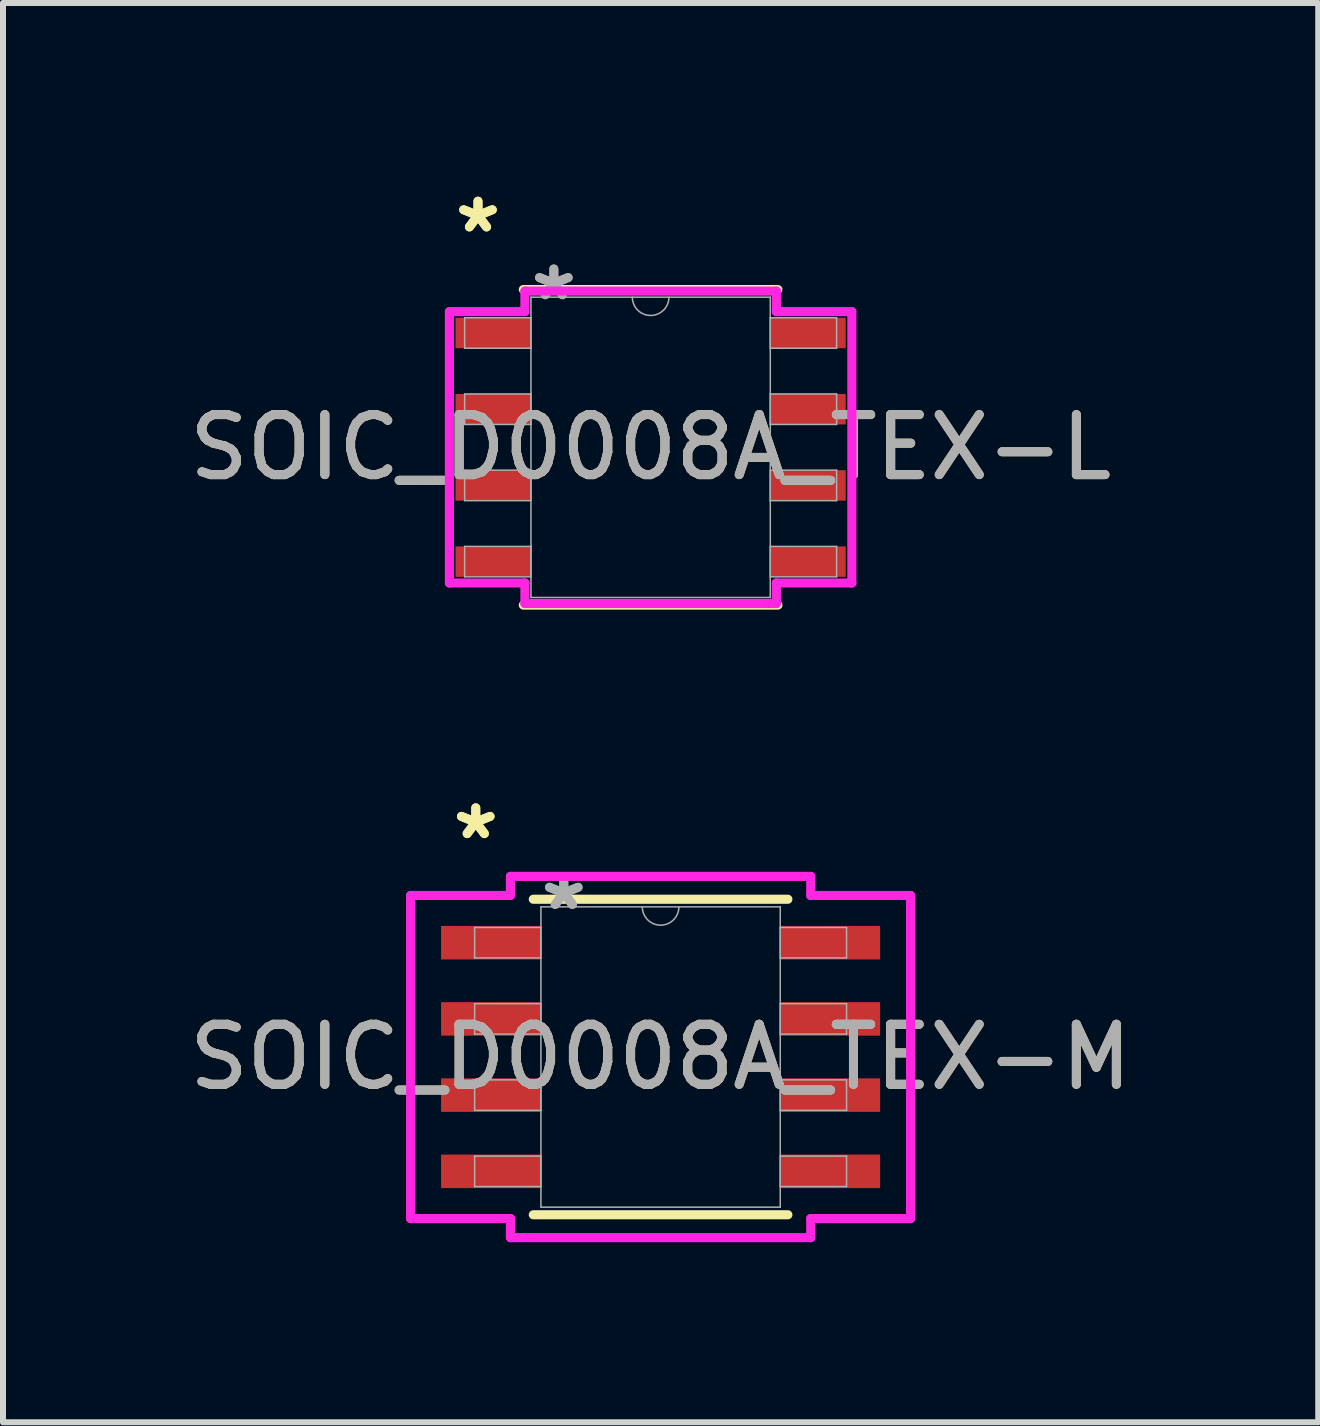
<source format=kicad_pcb>
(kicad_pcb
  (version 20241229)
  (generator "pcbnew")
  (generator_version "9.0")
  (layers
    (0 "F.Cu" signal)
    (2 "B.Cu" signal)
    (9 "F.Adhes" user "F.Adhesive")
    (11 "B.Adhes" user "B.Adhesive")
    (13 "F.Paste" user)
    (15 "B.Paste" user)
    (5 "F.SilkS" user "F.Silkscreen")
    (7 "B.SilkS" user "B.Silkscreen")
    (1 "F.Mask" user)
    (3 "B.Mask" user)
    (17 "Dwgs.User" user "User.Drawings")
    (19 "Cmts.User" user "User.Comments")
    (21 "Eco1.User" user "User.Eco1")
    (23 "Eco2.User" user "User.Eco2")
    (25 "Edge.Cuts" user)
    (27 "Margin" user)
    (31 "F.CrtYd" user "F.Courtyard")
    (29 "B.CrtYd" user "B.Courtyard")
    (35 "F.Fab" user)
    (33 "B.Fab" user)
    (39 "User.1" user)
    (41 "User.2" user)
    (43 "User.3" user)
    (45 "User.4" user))
  (footprint "SOIC_D0008A_TEX-M"
    (layer "F.Cu")
    (at 7.958 14.564)
    (property "Reference" "SOIC_D0008A_TEX-M" (at 0 0 0) (unlocked yes) (layer "F.SilkS") (effects (font (size 1 1) (thickness 0.15))))
    (attr smd)
    (fp_line (start -2.121 2.629) (end 2.121 2.629) (stroke (width 0.152) (type solid)) (layer "F.SilkS"))
    (fp_line (start 2.121 -2.629) (end -2.121 -2.629) (stroke (width 0.152) (type solid)) (layer "F.SilkS"))
    (fp_line (start -4.166 -2.692) (end -2.502 -2.692) (stroke (width 0.152) (type solid)) (layer "F.CrtYd"))
    (fp_line (start -4.166 2.692) (end -4.166 -2.692) (stroke (width 0.152) (type solid)) (layer "F.CrtYd"))
    (fp_line (start -4.166 2.692) (end -2.502 2.692) (stroke (width 0.152) (type solid)) (layer "F.CrtYd"))
    (fp_line (start -2.502 -3.01) (end 2.502 -3.01) (stroke (width 0.152) (type solid)) (layer "F.CrtYd"))
    (fp_line (start -2.502 -2.692) (end -2.502 -3.01) (stroke (width 0.152) (type solid)) (layer "F.CrtYd"))
    (fp_line (start -2.502 3.01) (end -2.502 2.692) (stroke (width 0.152) (type solid)) (layer "F.CrtYd"))
    (fp_line (start 2.502 -3.01) (end 2.502 -2.692) (stroke (width 0.152) (type solid)) (layer "F.CrtYd"))
    (fp_line (start 2.502 2.692) (end 2.502 3.01) (stroke (width 0.152) (type solid)) (layer "F.CrtYd"))
    (fp_line (start 2.502 3.01) (end -2.502 3.01) (stroke (width 0.152) (type solid)) (layer "F.CrtYd"))
    (fp_line (start 4.166 -2.692) (end 2.502 -2.692) (stroke (width 0.152) (type solid)) (layer "F.CrtYd"))
    (fp_line (start 4.166 -2.692) (end 4.166 2.692) (stroke (width 0.152) (type solid)) (layer "F.CrtYd"))
    (fp_line (start 4.166 2.692) (end 2.502 2.692) (stroke (width 0.152) (type solid)) (layer "F.CrtYd"))
    (fp_line (start -3.099 -2.159) (end -3.099 -1.651) (stroke (width 0.025) (type solid)) (layer "F.Fab"))
    (fp_line (start -3.099 -1.651) (end -1.994 -1.651) (stroke (width 0.025) (type solid)) (layer "F.Fab"))
    (fp_line (start -3.099 -0.889) (end -3.099 -0.381) (stroke (width 0.025) (type solid)) (layer "F.Fab"))
    (fp_line (start -3.099 -0.381) (end -1.994 -0.381) (stroke (width 0.025) (type solid)) (layer "F.Fab"))
    (fp_line (start -3.099 0.381) (end -3.099 0.889) (stroke (width 0.025) (type solid)) (layer "F.Fab"))
    (fp_line (start -3.099 0.889) (end -1.994 0.889) (stroke (width 0.025) (type solid)) (layer "F.Fab"))
    (fp_line (start -3.099 1.651) (end -3.099 2.159) (stroke (width 0.025) (type solid)) (layer "F.Fab"))
    (fp_line (start -3.099 2.159) (end -1.994 2.159) (stroke (width 0.025) (type solid)) (layer "F.Fab"))
    (fp_line (start -1.994 -2.502) (end -1.994 2.502) (stroke (width 0.025) (type solid)) (layer "F.Fab"))
    (fp_line (start -1.994 -2.159) (end -3.099 -2.159) (stroke (width 0.025) (type solid)) (layer "F.Fab"))
    (fp_line (start -1.994 -1.651) (end -1.994 -2.159) (stroke (width 0.025) (type solid)) (layer "F.Fab"))
    (fp_line (start -1.994 -0.889) (end -3.099 -0.889) (stroke (width 0.025) (type solid)) (layer "F.Fab"))
    (fp_line (start -1.994 -0.381) (end -1.994 -0.889) (stroke (width 0.025) (type solid)) (layer "F.Fab"))
    (fp_line (start -1.994 0.381) (end -3.099 0.381) (stroke (width 0.025) (type solid)) (layer "F.Fab"))
    (fp_line (start -1.994 0.889) (end -1.994 0.381) (stroke (width 0.025) (type solid)) (layer "F.Fab"))
    (fp_line (start -1.994 1.651) (end -3.099 1.651) (stroke (width 0.025) (type solid)) (layer "F.Fab"))
    (fp_line (start -1.994 2.159) (end -1.994 1.651) (stroke (width 0.025) (type solid)) (layer "F.Fab"))
    (fp_line (start -1.994 2.502) (end 1.994 2.502) (stroke (width 0.025) (type solid)) (layer "F.Fab"))
    (fp_line (start 1.994 -2.502) (end -1.994 -2.502) (stroke (width 0.025) (type solid)) (layer "F.Fab"))
    (fp_line (start 1.994 -2.159) (end 1.994 -1.651) (stroke (width 0.025) (type solid)) (layer "F.Fab"))
    (fp_line (start 1.994 -1.651) (end 3.099 -1.651) (stroke (width 0.025) (type solid)) (layer "F.Fab"))
    (fp_line (start 1.994 -0.889) (end 1.994 -0.381) (stroke (width 0.025) (type solid)) (layer "F.Fab"))
    (fp_line (start 1.994 -0.381) (end 3.099 -0.381) (stroke (width 0.025) (type solid)) (layer "F.Fab"))
    (fp_line (start 1.994 0.381) (end 1.994 0.889) (stroke (width 0.025) (type solid)) (layer "F.Fab"))
    (fp_line (start 1.994 0.889) (end 3.099 0.889) (stroke (width 0.025) (type solid)) (layer "F.Fab"))
    (fp_line (start 1.994 1.651) (end 1.994 2.159) (stroke (width 0.025) (type solid)) (layer "F.Fab"))
    (fp_line (start 1.994 2.159) (end 3.099 2.159) (stroke (width 0.025) (type solid)) (layer "F.Fab"))
    (fp_line (start 1.994 2.502) (end 1.994 -2.502) (stroke (width 0.025) (type solid)) (layer "F.Fab"))
    (fp_line (start 3.099 -2.159) (end 1.994 -2.159) (stroke (width 0.025) (type solid)) (layer "F.Fab"))
    (fp_line (start 3.099 -1.651) (end 3.099 -2.159) (stroke (width 0.025) (type solid)) (layer "F.Fab"))
    (fp_line (start 3.099 -0.889) (end 1.994 -0.889) (stroke (width 0.025) (type solid)) (layer "F.Fab"))
    (fp_line (start 3.099 -0.381) (end 3.099 -0.889) (stroke (width 0.025) (type solid)) (layer "F.Fab"))
    (fp_line (start 3.099 0.381) (end 1.994 0.381) (stroke (width 0.025) (type solid)) (layer "F.Fab"))
    (fp_line (start 3.099 0.889) (end 3.099 0.381) (stroke (width 0.025) (type solid)) (layer "F.Fab"))
    (fp_line (start 3.099 1.651) (end 1.994 1.651) (stroke (width 0.025) (type solid)) (layer "F.Fab"))
    (fp_line (start 3.099 2.159) (end 3.099 1.651) (stroke (width 0.025) (type solid)) (layer "F.Fab"))
    (fp_arc (start 0.3048 -2.5019) (mid 0 -2.1971) (end -0.3048 -2.5019) (stroke (width 0.0254) (type solid)) (layer "F.Fab"))
    (fp_text user "*" (at -3.08 -3.607 0) (unlocked yes) (layer "F.SilkS") (effects (font (size 1 1) (thickness 0.15))))
    (fp_text user "*" (at -3.08 -3.607 0) (layer "F.SilkS") (effects (font (size 1 1) (thickness 0.15))))
    (fp_text user "*" (at -1.613 -2.426 0) (layer "F.Fab") (effects (font (size 1 1) (thickness 0.15))))
    (fp_text user "*" (at -1.613 -2.426 0) (unlocked yes) (layer "F.Fab") (effects (font (size 1 1) (thickness 0.15))))
    (fp_text user "${REFERENCE}" (at 0 0 0) (unlocked yes) (layer "F.Fab") (effects (font (size 1 1) (thickness 0.15))))
    (pad "1" smd rect (at -2.826 -1.905) (size 1.664 0.559) (layers "F.Cu" "F.Mask" "F.Paste"))
    (pad "2" smd rect (at -2.826 -0.635) (size 1.664 0.559) (layers "F.Cu" "F.Mask" "F.Paste"))
    (pad "3" smd rect (at -2.826 0.635) (size 1.664 0.559) (layers "F.Cu" "F.Mask" "F.Paste"))
    (pad "4" smd rect (at -2.826 1.905) (size 1.664 0.559) (layers "F.Cu" "F.Mask" "F.Paste"))
    (pad "5" smd rect (at 2.826 1.905) (size 1.664 0.559) (layers "F.Cu" "F.Mask" "F.Paste"))
    (pad "6" smd rect (at 2.826 0.635) (size 1.664 0.559) (layers "F.Cu" "F.Mask" "F.Paste"))
    (pad "7" smd rect (at 2.826 -0.635) (size 1.664 0.559) (layers "F.Cu" "F.Mask" "F.Paste"))
    (pad "8" smd rect (at 2.826 -1.905) (size 1.664 0.559) (layers "F.Cu" "F.Mask" "F.Paste")))
  (footprint "SOIC_D0008A_TEX-L"
    (layer "F.Cu")
    (at 7.792 4.404)
    (property "Reference" "SOIC_D0008A_TEX-L" (at 0 0 0) (unlocked yes) (layer "F.SilkS") (effects (font (size 1 1) (thickness 0.15))))
    (attr smd)
    (fp_line (start -2.121 2.629) (end 2.121 2.629) (stroke (width 0.152) (type solid)) (layer "F.SilkS"))
    (fp_line (start 2.121 -2.629) (end -2.121 -2.629) (stroke (width 0.152) (type solid)) (layer "F.SilkS"))
    (fp_line (start -3.353 -2.261) (end -2.095 -2.261) (stroke (width 0.152) (type solid)) (layer "F.CrtYd"))
    (fp_line (start -3.353 2.261) (end -3.353 -2.261) (stroke (width 0.152) (type solid)) (layer "F.CrtYd"))
    (fp_line (start -3.353 2.261) (end -2.095 2.261) (stroke (width 0.152) (type solid)) (layer "F.CrtYd"))
    (fp_line (start -2.095 -2.603) (end 2.095 -2.603) (stroke (width 0.152) (type solid)) (layer "F.CrtYd"))
    (fp_line (start -2.095 -2.261) (end -2.095 -2.603) (stroke (width 0.152) (type solid)) (layer "F.CrtYd"))
    (fp_line (start -2.095 2.603) (end -2.095 2.261) (stroke (width 0.152) (type solid)) (layer "F.CrtYd"))
    (fp_line (start 2.095 -2.603) (end 2.095 -2.261) (stroke (width 0.152) (type solid)) (layer "F.CrtYd"))
    (fp_line (start 2.095 2.261) (end 2.095 2.603) (stroke (width 0.152) (type solid)) (layer "F.CrtYd"))
    (fp_line (start 2.095 2.603) (end -2.095 2.603) (stroke (width 0.152) (type solid)) (layer "F.CrtYd"))
    (fp_line (start 3.353 -2.261) (end 2.095 -2.261) (stroke (width 0.152) (type solid)) (layer "F.CrtYd"))
    (fp_line (start 3.353 -2.261) (end 3.353 2.261) (stroke (width 0.152) (type solid)) (layer "F.CrtYd"))
    (fp_line (start 3.353 2.261) (end 2.095 2.261) (stroke (width 0.152) (type solid)) (layer "F.CrtYd"))
    (fp_line (start -3.099 -2.159) (end -3.099 -1.651) (stroke (width 0.025) (type solid)) (layer "F.Fab"))
    (fp_line (start -3.099 -1.651) (end -1.994 -1.651) (stroke (width 0.025) (type solid)) (layer "F.Fab"))
    (fp_line (start -3.099 -0.889) (end -3.099 -0.381) (stroke (width 0.025) (type solid)) (layer "F.Fab"))
    (fp_line (start -3.099 -0.381) (end -1.994 -0.381) (stroke (width 0.025) (type solid)) (layer "F.Fab"))
    (fp_line (start -3.099 0.381) (end -3.099 0.889) (stroke (width 0.025) (type solid)) (layer "F.Fab"))
    (fp_line (start -3.099 0.889) (end -1.994 0.889) (stroke (width 0.025) (type solid)) (layer "F.Fab"))
    (fp_line (start -3.099 1.651) (end -3.099 2.159) (stroke (width 0.025) (type solid)) (layer "F.Fab"))
    (fp_line (start -3.099 2.159) (end -1.994 2.159) (stroke (width 0.025) (type solid)) (layer "F.Fab"))
    (fp_line (start -1.994 -2.502) (end -1.994 2.502) (stroke (width 0.025) (type solid)) (layer "F.Fab"))
    (fp_line (start -1.994 -2.159) (end -3.099 -2.159) (stroke (width 0.025) (type solid)) (layer "F.Fab"))
    (fp_line (start -1.994 -1.651) (end -1.994 -2.159) (stroke (width 0.025) (type solid)) (layer "F.Fab"))
    (fp_line (start -1.994 -0.889) (end -3.099 -0.889) (stroke (width 0.025) (type solid)) (layer "F.Fab"))
    (fp_line (start -1.994 -0.381) (end -1.994 -0.889) (stroke (width 0.025) (type solid)) (layer "F.Fab"))
    (fp_line (start -1.994 0.381) (end -3.099 0.381) (stroke (width 0.025) (type solid)) (layer "F.Fab"))
    (fp_line (start -1.994 0.889) (end -1.994 0.381) (stroke (width 0.025) (type solid)) (layer "F.Fab"))
    (fp_line (start -1.994 1.651) (end -3.099 1.651) (stroke (width 0.025) (type solid)) (layer "F.Fab"))
    (fp_line (start -1.994 2.159) (end -1.994 1.651) (stroke (width 0.025) (type solid)) (layer "F.Fab"))
    (fp_line (start -1.994 2.502) (end 1.994 2.502) (stroke (width 0.025) (type solid)) (layer "F.Fab"))
    (fp_line (start 1.994 -2.502) (end -1.994 -2.502) (stroke (width 0.025) (type solid)) (layer "F.Fab"))
    (fp_line (start 1.994 -2.159) (end 1.994 -1.651) (stroke (width 0.025) (type solid)) (layer "F.Fab"))
    (fp_line (start 1.994 -1.651) (end 3.099 -1.651) (stroke (width 0.025) (type solid)) (layer "F.Fab"))
    (fp_line (start 1.994 -0.889) (end 1.994 -0.381) (stroke (width 0.025) (type solid)) (layer "F.Fab"))
    (fp_line (start 1.994 -0.381) (end 3.099 -0.381) (stroke (width 0.025) (type solid)) (layer "F.Fab"))
    (fp_line (start 1.994 0.381) (end 1.994 0.889) (stroke (width 0.025) (type solid)) (layer "F.Fab"))
    (fp_line (start 1.994 0.889) (end 3.099 0.889) (stroke (width 0.025) (type solid)) (layer "F.Fab"))
    (fp_line (start 1.994 1.651) (end 1.994 2.159) (stroke (width 0.025) (type solid)) (layer "F.Fab"))
    (fp_line (start 1.994 2.159) (end 3.099 2.159) (stroke (width 0.025) (type solid)) (layer "F.Fab"))
    (fp_line (start 1.994 2.502) (end 1.994 -2.502) (stroke (width 0.025) (type solid)) (layer "F.Fab"))
    (fp_line (start 3.099 -2.159) (end 1.994 -2.159) (stroke (width 0.025) (type solid)) (layer "F.Fab"))
    (fp_line (start 3.099 -1.651) (end 3.099 -2.159) (stroke (width 0.025) (type solid)) (layer "F.Fab"))
    (fp_line (start 3.099 -0.889) (end 1.994 -0.889) (stroke (width 0.025) (type solid)) (layer "F.Fab"))
    (fp_line (start 3.099 -0.381) (end 3.099 -0.889) (stroke (width 0.025) (type solid)) (layer "F.Fab"))
    (fp_line (start 3.099 0.381) (end 1.994 0.381) (stroke (width 0.025) (type solid)) (layer "F.Fab"))
    (fp_line (start 3.099 0.889) (end 3.099 0.381) (stroke (width 0.025) (type solid)) (layer "F.Fab"))
    (fp_line (start 3.099 1.651) (end 1.994 1.651) (stroke (width 0.025) (type solid)) (layer "F.Fab"))
    (fp_line (start 3.099 2.159) (end 3.099 1.651) (stroke (width 0.025) (type solid)) (layer "F.Fab"))
    (fp_arc (start 0.3048 -2.5019) (mid 0 -2.1971) (end -0.3048 -2.5019) (stroke (width 0.0254) (type solid)) (layer "F.Fab"))
    (fp_text user "*" (at -2.877 -3.556 0) (unlocked yes) (layer "F.SilkS") (effects (font (size 1 1) (thickness 0.15))))
    (fp_text user "*" (at -2.877 -3.556 0) (layer "F.SilkS") (effects (font (size 1 1) (thickness 0.15))))
    (fp_text user "*" (at -1.613 -2.426 0) (layer "F.Fab") (effects (font (size 1 1) (thickness 0.15))))
    (fp_text user "*" (at -1.613 -2.426 0) (unlocked yes) (layer "F.Fab") (effects (font (size 1 1) (thickness 0.15))))
    (fp_text user "${REFERENCE}" (at 0 0 0) (unlocked yes) (layer "F.Fab") (effects (font (size 1 1) (thickness 0.15))))
    (pad "1" smd rect (at -2.623 -1.905) (size 1.257 0.508) (layers "F.Cu" "F.Mask" "F.Paste"))
    (pad "2" smd rect (at -2.623 -0.635) (size 1.257 0.508) (layers "F.Cu" "F.Mask" "F.Paste"))
    (pad "3" smd rect (at -2.623 0.635) (size 1.257 0.508) (layers "F.Cu" "F.Mask" "F.Paste"))
    (pad "4" smd rect (at -2.623 1.905) (size 1.257 0.508) (layers "F.Cu" "F.Mask" "F.Paste"))
    (pad "5" smd rect (at 2.623 1.905) (size 1.257 0.508) (layers "F.Cu" "F.Mask" "F.Paste"))
    (pad "6" smd rect (at 2.623 0.635) (size 1.257 0.508) (layers "F.Cu" "F.Mask" "F.Paste"))
    (pad "7" smd rect (at 2.623 -0.635) (size 1.257 0.508) (layers "F.Cu" "F.Mask" "F.Paste"))
    (pad "8" smd rect (at 2.623 -1.905) (size 1.257 0.508) (layers "F.Cu" "F.Mask" "F.Paste")))
  (gr_rect
    (start -3 -3)
    (end 18.917 20.651)
    (stroke (width 0.1) (type default))
    (fill no)
    (layer "Edge.Cuts")))
</source>
